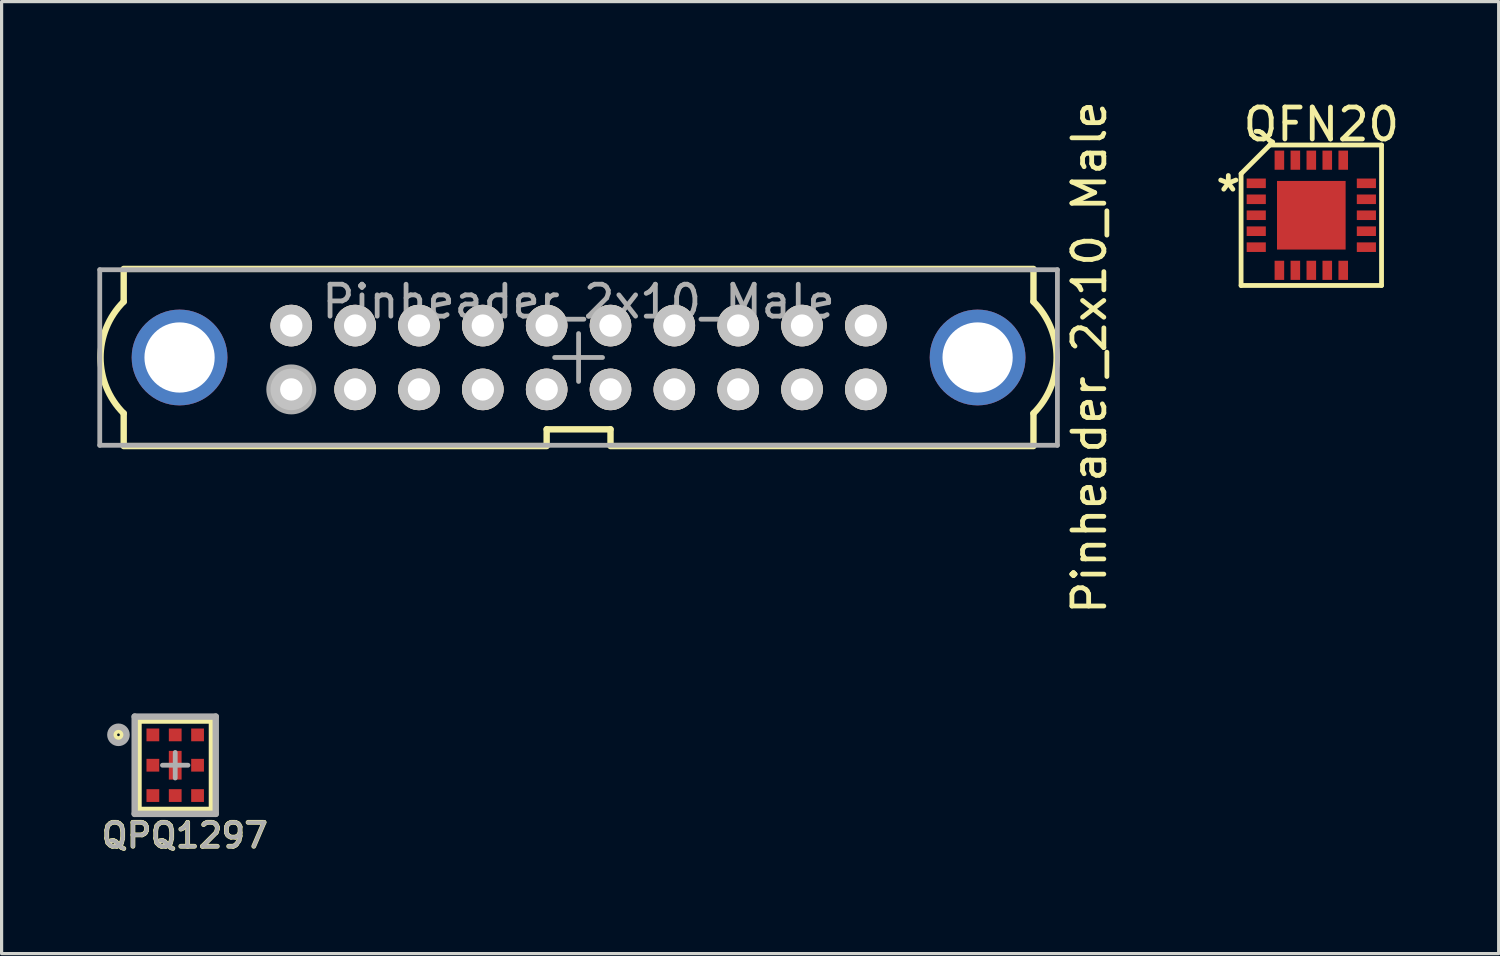
<source format=kicad_pcb>
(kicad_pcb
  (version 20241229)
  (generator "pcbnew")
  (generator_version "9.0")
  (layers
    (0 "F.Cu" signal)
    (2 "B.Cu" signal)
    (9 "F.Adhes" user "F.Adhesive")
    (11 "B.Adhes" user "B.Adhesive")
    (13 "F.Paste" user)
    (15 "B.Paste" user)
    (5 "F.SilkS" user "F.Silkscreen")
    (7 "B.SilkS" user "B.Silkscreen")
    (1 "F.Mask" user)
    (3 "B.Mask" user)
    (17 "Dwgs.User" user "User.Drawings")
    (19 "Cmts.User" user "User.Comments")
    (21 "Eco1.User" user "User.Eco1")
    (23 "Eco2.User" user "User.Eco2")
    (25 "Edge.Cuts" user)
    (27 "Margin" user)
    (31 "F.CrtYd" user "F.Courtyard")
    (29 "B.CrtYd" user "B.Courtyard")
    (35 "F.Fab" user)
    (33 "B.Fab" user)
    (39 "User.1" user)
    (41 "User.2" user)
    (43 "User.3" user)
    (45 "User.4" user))
  (footprint "QFN20"
    (layer "F.Cu")
    (at 38.029 3.693)
    (property "Reference" "QFN20" (at 0.315 -2.845 0) (layer "F.SilkS") (effects (font (size 1 1) (thickness 0.15))))
    (attr through_hole)
    (fp_line (start -2.2 -1.3) (end -1.3 -2.2) (stroke (width 0.15) (type solid)) (layer "F.SilkS"))
    (fp_line (start -2.2 2.2) (end -2.2 -1.3) (stroke (width 0.15) (type solid)) (layer "F.SilkS"))
    (fp_line (start -1.3 -2.2) (end 2.2 -2.2) (stroke (width 0.15) (type solid)) (layer "F.SilkS"))
    (fp_line (start 2.2 -2.2) (end 2.2 2.2) (stroke (width 0.15) (type solid)) (layer "F.SilkS"))
    (fp_line (start 2.2 2.2) (end -2.2 2.2) (stroke (width 0.15) (type solid)) (layer "F.SilkS"))
    (fp_text user "*" (at -2.6 -0.7 0) (layer "F.SilkS") (effects (font (size 1 1) (thickness 0.15))))
    (pad "1" smd rect (at -1.725 -1) (size 0.6 0.3) (layers "F.Cu" "F.Mask" "F.Paste"))
    (pad "2" smd rect (at -1.725 -0.5) (size 0.6 0.3) (layers "F.Cu" "F.Mask" "F.Paste"))
    (pad "3" smd rect (at -1.725 0) (size 0.6 0.3) (layers "F.Cu" "F.Mask" "F.Paste"))
    (pad "4" smd rect (at -1.725 0.5) (size 0.6 0.3) (layers "F.Cu" "F.Mask" "F.Paste"))
    (pad "5" smd rect (at -1.725 1) (size 0.6 0.3) (layers "F.Cu" "F.Mask" "F.Paste"))
    (pad "6" smd rect (at -1 1.725 90) (size 0.6 0.3) (layers "F.Cu" "F.Mask" "F.Paste"))
    (pad "7" smd rect (at -0.5 1.725 90) (size 0.6 0.3) (layers "F.Cu" "F.Mask" "F.Paste"))
    (pad "8" smd rect (at 0 1.725 90) (size 0.6 0.3) (layers "F.Cu" "F.Mask" "F.Paste"))
    (pad "9" smd rect (at 0.5 1.725 90) (size 0.6 0.3) (layers "F.Cu" "F.Mask" "F.Paste"))
    (pad "10" smd rect (at 1 1.725 90) (size 0.6 0.3) (layers "F.Cu" "F.Mask" "F.Paste"))
    (pad "11" smd rect (at 1.725 1) (size 0.6 0.3) (layers "F.Cu" "F.Mask" "F.Paste"))
    (pad "12" smd rect (at 1.725 0.5) (size 0.6 0.3) (layers "F.Cu" "F.Mask" "F.Paste"))
    (pad "13" smd rect (at 1.725 0) (size 0.6 0.3) (layers "F.Cu" "F.Mask" "F.Paste"))
    (pad "14" smd rect (at 1.725 -0.5) (size 0.6 0.3) (layers "F.Cu" "F.Mask" "F.Paste"))
    (pad "15" smd rect (at 1.725 -1) (size 0.6 0.3) (layers "F.Cu" "F.Mask" "F.Paste"))
    (pad "16" smd rect (at 1 -1.725 90) (size 0.6 0.3) (layers "F.Cu" "F.Mask" "F.Paste"))
    (pad "17" smd rect (at 0.5 -1.725 90) (size 0.6 0.3) (layers "F.Cu" "F.Mask" "F.Paste"))
    (pad "18" smd rect (at 0 -1.725 90) (size 0.6 0.3) (layers "F.Cu" "F.Mask" "F.Paste"))
    (pad "19" smd rect (at -0.5 -1.725 90) (size 0.6 0.3) (layers "F.Cu" "F.Mask" "F.Paste"))
    (pad "20" smd rect (at -1 -1.725 90) (size 0.6 0.3) (layers "F.Cu" "F.Mask" "F.Paste"))
    (pad "21" smd rect (at -0.5 -0.75) (size 0.6 0.3) (layers "F.Cu" "F.Mask" "F.Paste"))
    (pad "21" smd rect (at -0.5 -0.25) (size 0.6 0.3) (layers "F.Cu" "F.Mask" "F.Paste"))
    (pad "21" smd rect (at -0.5 0.25) (size 0.6 0.3) (layers "F.Cu" "F.Mask" "F.Paste"))
    (pad "21" smd rect (at -0.5 0.75) (size 0.6 0.3) (layers "F.Cu" "F.Mask" "F.Paste"))
    (pad "21" smd rect (at 0 0) (size 2.15 2.15) (layers "F.Cu" "F.Mask"))
    (pad "21" smd rect (at 0.5 -0.75) (size 0.6 0.3) (layers "F.Cu" "F.Mask" "F.Paste"))
    (pad "21" smd rect (at 0.5 -0.25) (size 0.6 0.3) (layers "F.Cu" "F.Mask" "F.Paste"))
    (pad "21" smd rect (at 0.5 0.25) (size 0.6 0.3) (layers "F.Cu" "F.Mask" "F.Paste"))
    (pad "21" smd rect (at 0.5 0.75) (size 0.6 0.3) (layers "F.Cu" "F.Mask" "F.Paste")))
  (footprint "QPQ1297"
    (layer "F.Cu")
    (at 2.439 20.922)
    (property "Reference" "QPQ1297" (at 0.3 2.2 0) (layer "F.SilkS") (effects (font (size 0.75 0.75) (thickness 0.15))))
    (attr through_hole)
    (fp_line (start -1.15 -1.4) (end -1.15 1.4) (stroke (width 0.2) (type solid)) (layer "F.SilkS"))
    (fp_line (start -1.15 -1.4) (end 1.15 -1.4) (stroke (width 0.2) (type solid)) (layer "F.SilkS"))
    (fp_line (start -1.15 1.4) (end 1.15 1.4) (stroke (width 0.2) (type solid)) (layer "F.SilkS"))
    (fp_line (start 1.15 -1.4) (end 1.15 1.4) (stroke (width 0.2) (type solid)) (layer "F.SilkS"))
    (fp_circle (center -1.778 -0.953) (end -1.905 -1.016) (stroke (width 0.2) (type solid)) (fill no) (layer "F.SilkS"))
    (fp_line (start -1.27 -1.524) (end 1.27 -1.524) (stroke (width 0.2) (type solid)) (layer "F.Fab"))
    (fp_line (start -1.27 1.524) (end -1.27 -1.524) (stroke (width 0.2) (type solid)) (layer "F.Fab"))
    (fp_line (start -0.4 0) (end 0.4 0) (stroke (width 0.15) (type solid)) (layer "F.Fab"))
    (fp_line (start 0 -0.4) (end 0 0.4) (stroke (width 0.15) (type solid)) (layer "F.Fab"))
    (fp_line (start 1.27 -1.524) (end 1.27 1.524) (stroke (width 0.2) (type solid)) (layer "F.Fab"))
    (fp_line (start 1.27 1.524) (end -1.27 1.524) (stroke (width 0.2) (type solid)) (layer "F.Fab"))
    (fp_circle (center -1.778 -0.953) (end -2.032 -0.953) (stroke (width 0.2) (type solid)) (fill no) (layer "F.Fab"))
    (fp_text user "${REFERENCE}" (at 0.3 2.2 0) (layer "F.Fab") (effects (font (size 0.75 0.75) (thickness 0.12))))
    (pad "1" smd rect (at -0.7 -0.95) (size 0.4 0.4) (layers "F.Cu" "F.Mask" "F.Paste"))
    (pad "2" smd rect (at -0.7 0) (size 0.4 0.4) (layers "F.Cu" "F.Mask" "F.Paste"))
    (pad "2" smd rect (at 0 0) (size 0.4 0.9) (layers "F.Cu" "F.Mask" "F.Paste"))
    (pad "3" smd rect (at -0.7 0.95) (size 0.4 0.4) (layers "F.Cu" "F.Mask" "F.Paste"))
    (pad "4" smd rect (at 0 0.95) (size 0.4 0.4) (layers "F.Cu" "F.Mask" "F.Paste"))
    (pad "5" smd rect (at 0.7 0.95) (size 0.4 0.4) (layers "F.Cu" "F.Mask" "F.Paste"))
    (pad "6" smd rect (at 0.7 0) (size 0.4 0.4) (layers "F.Cu" "F.Mask" "F.Paste"))
    (pad "7" smd rect (at 0.7 -0.95) (size 0.4 0.4) (layers "F.Cu" "F.Mask" "F.Paste"))
    (pad "8" smd rect (at 0 -0.95) (size 0.4 0.4) (layers "F.Cu" "F.Mask" "F.Paste")))
  (footprint "Pinheader_2x10_Male"
    (layer "F.Cu")
    (at 15.075 8.149)
    (property "Reference" "Pinheader_2x10_Male" (at 16 0 270) (layer "F.SilkS") (effects (font (size 1 1) (thickness 0.15))))
    (attr through_hole)
    (fp_line (start -14.25 -2.775) (end 14.25 -2.775) (stroke (width 0.2) (type solid)) (layer "F.SilkS"))
    (fp_line (start -14.25 -1.75) (end -14.25 -2.75) (stroke (width 0.2) (type solid)) (layer "F.SilkS"))
    (fp_line (start -14.25 1.75) (end -14.25 2.75) (stroke (width 0.2) (type solid)) (layer "F.SilkS"))
    (fp_line (start -1 2.25) (end 1 2.25) (stroke (width 0.2) (type solid)) (layer "F.SilkS"))
    (fp_line (start -1 2.75) (end -1 2.25) (stroke (width 0.2) (type solid)) (layer "F.SilkS"))
    (fp_line (start -1 2.775) (end -14.25 2.775) (stroke (width 0.2) (type solid)) (layer "F.SilkS"))
    (fp_line (start 1 2.25) (end 1 2.75) (stroke (width 0.2) (type solid)) (layer "F.SilkS"))
    (fp_line (start 14.25 -1.75) (end 14.25 -2.75) (stroke (width 0.2) (type solid)) (layer "F.SilkS"))
    (fp_line (start 14.25 1.75) (end 14.25 2.75) (stroke (width 0.2) (type solid)) (layer "F.SilkS"))
    (fp_line (start 14.25 2.775) (end 1 2.775) (stroke (width 0.2) (type solid)) (layer "F.SilkS"))
    (fp_arc (start -14.25 1.75) (mid -14.974874 0) (end -14.25 -1.75) (stroke (width 0.2) (type solid)) (layer "F.SilkS"))
    (fp_arc (start 14.25 -1.75) (mid 14.974874 0) (end 14.25 1.75) (stroke (width 0.2) (type solid)) (layer "F.SilkS"))
    (fp_line (start -15 -2.75) (end 15 -2.75) (stroke (width 0.15) (type solid)) (layer "F.Fab"))
    (fp_line (start -15 2.75) (end -15 -2.75) (stroke (width 0.15) (type solid)) (layer "F.Fab"))
    (fp_line (start -0.75 0) (end 0.75 0) (stroke (width 0.15) (type solid)) (layer "F.Fab"))
    (fp_line (start 0 -0.75) (end 0 0.75) (stroke (width 0.15) (type solid)) (layer "F.Fab"))
    (fp_line (start 15 -2.75) (end 15 2.75) (stroke (width 0.15) (type solid)) (layer "F.Fab"))
    (fp_line (start 15 2.75) (end -15 2.75) (stroke (width 0.15) (type solid)) (layer "F.Fab"))
    (fp_circle (center -9 1) (end -8.5 0.5) (stroke (width 0.15) (type solid)) (fill no) (layer "F.Fab"))
    (fp_text user "${REFERENCE}" (at 0 -1.75 0) (layer "F.Fab") (effects (font (size 1 1) (thickness 0.15))))
    (pad "1" thru_hole circle (at -9 1) (size 1.3 1.3) (drill 0.7) (layers "*.Cu" "*.Mask" "F.SilkS" "B.Paste" "Dwgs.User"))
    (pad "2" thru_hole circle (at -9 -1) (size 1.3 1.3) (drill 0.7) (layers "*.Cu" "*.Mask" "F.SilkS" "B.Paste" "Dwgs.User"))
    (pad "3" thru_hole circle (at -7 1) (size 1.3 1.3) (drill 0.7) (layers "*.Cu" "*.Mask" "F.SilkS" "B.Paste" "Dwgs.User"))
    (pad "4" thru_hole circle (at -7 -1) (size 1.3 1.3) (drill 0.7) (layers "*.Cu" "*.Mask" "F.SilkS" "B.Paste" "Dwgs.User"))
    (pad "5" thru_hole circle (at -5 1) (size 1.3 1.3) (drill 0.7) (layers "*.Cu" "*.Mask" "F.SilkS" "B.Paste" "Dwgs.User"))
    (pad "6" thru_hole circle (at -5 -1) (size 1.3 1.3) (drill 0.7) (layers "*.Cu" "*.Mask" "F.SilkS" "B.Paste" "Dwgs.User"))
    (pad "7" thru_hole circle (at -3 1) (size 1.3 1.3) (drill 0.7) (layers "*.Cu" "*.Mask" "F.SilkS" "B.Paste" "Dwgs.User"))
    (pad "8" thru_hole circle (at -3 -1) (size 1.3 1.3) (drill 0.7) (layers "*.Cu" "*.Mask" "F.SilkS" "B.Paste" "Dwgs.User"))
    (pad "9" thru_hole circle (at -1 1) (size 1.3 1.3) (drill 0.7) (layers "*.Cu" "*.Mask" "F.SilkS" "B.Paste" "Dwgs.User"))
    (pad "10" thru_hole circle (at -1 -1) (size 1.3 1.3) (drill 0.7) (layers "*.Cu" "*.Mask" "F.SilkS" "B.Paste" "Dwgs.User"))
    (pad "11" thru_hole circle (at 1 1) (size 1.3 1.3) (drill 0.7) (layers "*.Cu" "*.Mask" "F.SilkS" "B.Paste" "Dwgs.User"))
    (pad "12" thru_hole circle (at 1 -1) (size 1.3 1.3) (drill 0.7) (layers "*.Cu" "*.Mask" "F.SilkS" "B.Paste" "Dwgs.User"))
    (pad "13" thru_hole circle (at 3 1) (size 1.3 1.3) (drill 0.7) (layers "*.Cu" "*.Mask" "F.SilkS" "B.Paste" "Dwgs.User"))
    (pad "14" thru_hole circle (at 3 -1) (size 1.3 1.3) (drill 0.7) (layers "*.Cu" "*.Mask" "F.SilkS" "B.Paste" "Dwgs.User"))
    (pad "15" thru_hole circle (at 5 1) (size 1.3 1.3) (drill 0.7) (layers "*.Cu" "*.Mask" "F.SilkS" "B.Paste" "Dwgs.User"))
    (pad "16" thru_hole circle (at 5 -1) (size 1.3 1.3) (drill 0.7) (layers "*.Cu" "*.Mask" "F.SilkS" "B.Paste" "Dwgs.User"))
    (pad "17" thru_hole circle (at 7 1) (size 1.3 1.3) (drill 0.7) (layers "*.Cu" "*.Mask" "F.SilkS" "B.Paste" "Dwgs.User"))
    (pad "18" thru_hole circle (at 7 -1) (size 1.3 1.3) (drill 0.7) (layers "*.Cu" "*.Mask" "F.SilkS" "B.Paste" "Dwgs.User"))
    (pad "19" thru_hole circle (at 9 1) (size 1.3 1.3) (drill 0.7) (layers "*.Cu" "*.Mask" "F.SilkS" "B.Paste" "Dwgs.User"))
    (pad "20" thru_hole circle (at 9 -1) (size 1.3 1.3) (drill 0.7) (layers "*.Cu" "*.Mask" "F.SilkS" "B.Paste" "Dwgs.User"))
    (pad "21" thru_hole circle (at -12.5 0) (size 3 3) (drill 2.2) (layers "*.Cu" "*.Mask"))
    (pad "22" thru_hole circle (at 12.5 0) (size 3 3) (drill 2.2) (layers "*.Cu" "*.Mask")))
  (gr_rect
    (start -3 -3)
    (end 43.898 26.824)
    (stroke (width 0.1) (type default))
    (fill no)
    (layer "Edge.Cuts")))
</source>
